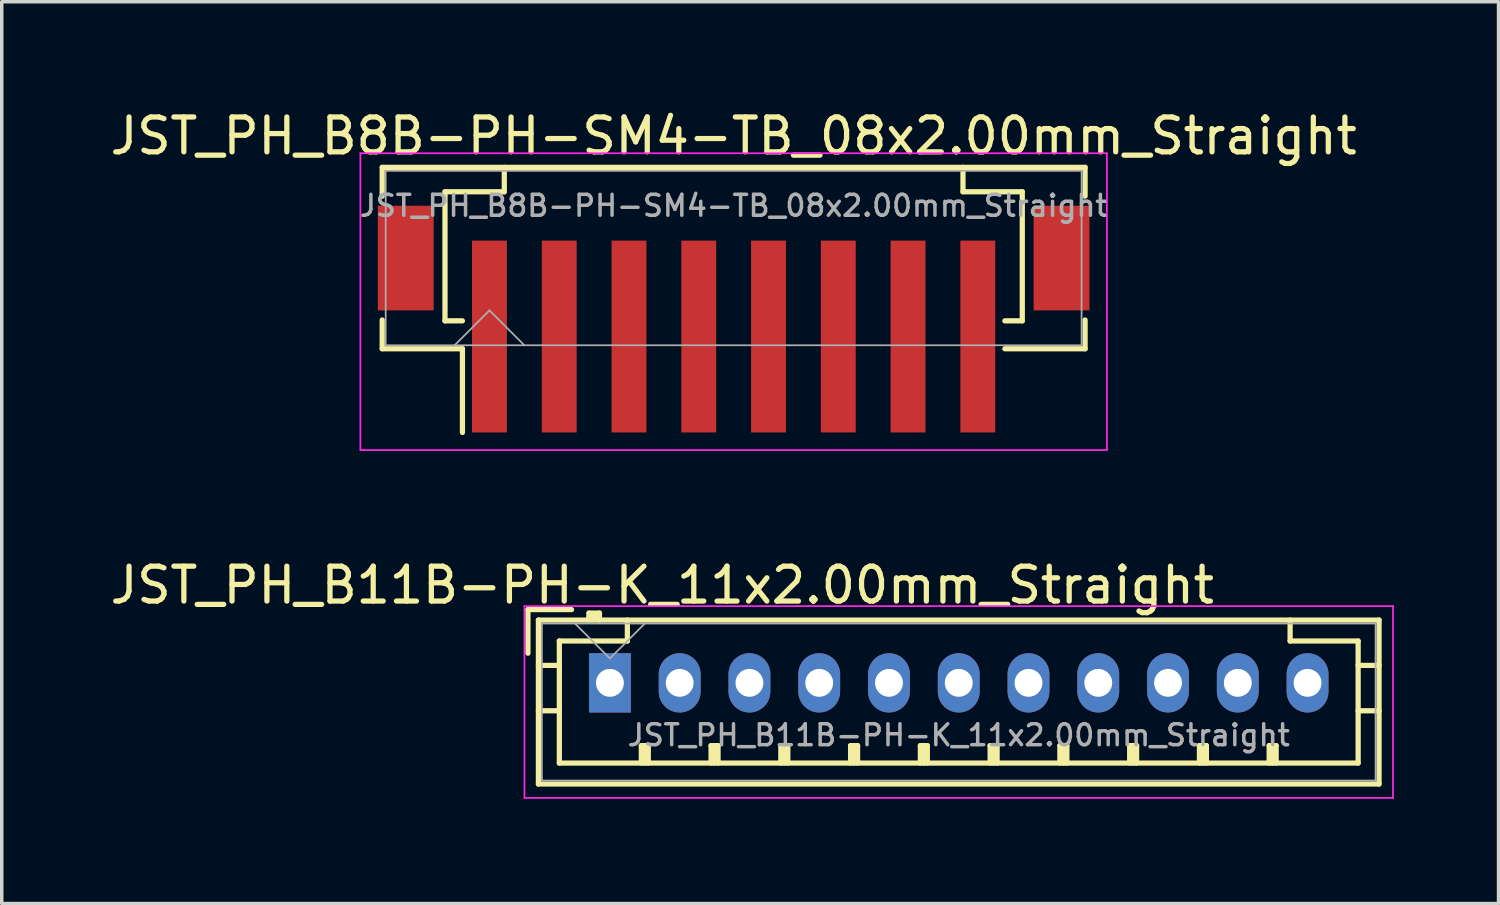
<source format=kicad_pcb>
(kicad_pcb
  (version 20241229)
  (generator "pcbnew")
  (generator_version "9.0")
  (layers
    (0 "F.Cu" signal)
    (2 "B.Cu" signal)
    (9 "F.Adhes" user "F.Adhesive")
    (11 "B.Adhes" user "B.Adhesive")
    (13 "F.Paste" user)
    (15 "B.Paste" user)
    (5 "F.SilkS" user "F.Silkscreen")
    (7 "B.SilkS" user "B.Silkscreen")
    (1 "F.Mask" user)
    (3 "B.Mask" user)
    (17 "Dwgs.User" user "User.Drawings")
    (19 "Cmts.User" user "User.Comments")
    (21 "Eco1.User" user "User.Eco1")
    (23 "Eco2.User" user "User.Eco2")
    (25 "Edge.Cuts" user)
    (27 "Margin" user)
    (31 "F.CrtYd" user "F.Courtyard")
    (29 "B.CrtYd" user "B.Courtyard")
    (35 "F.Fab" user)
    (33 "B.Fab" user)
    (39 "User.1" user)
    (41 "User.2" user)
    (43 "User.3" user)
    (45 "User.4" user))
  (footprint "JST_PH_B11B-PH-K_11x2.00mm_Straight"
    (layer "F.Cu")
    (at 14.435 16.526)
    (property "Reference" "JST_PH_B11B-PH-K_11x2.00mm_Straight" (at 10 1.5 0) (layer "F.Fab") (effects (font (size 0.6 0.6) (thickness 0.1))))
    (attr through_hole)
    (fp_line (start -2.35 -2.1) (end -2.35 -0.85) (stroke (width 0.15) (type solid)) (layer "F.SilkS"))
    (fp_line (start -2.05 -1.8) (end -2.05 2.9) (stroke (width 0.15) (type solid)) (layer "F.SilkS"))
    (fp_line (start -2.05 -0.5) (end -1.45 -0.5) (stroke (width 0.15) (type solid)) (layer "F.SilkS"))
    (fp_line (start -2.05 0.8) (end -1.45 0.8) (stroke (width 0.15) (type solid)) (layer "F.SilkS"))
    (fp_line (start -2.05 2.9) (end 22.05 2.9) (stroke (width 0.15) (type solid)) (layer "F.SilkS"))
    (fp_line (start -1.45 -1.2) (end -1.45 2.3) (stroke (width 0.15) (type solid)) (layer "F.SilkS"))
    (fp_line (start -1.45 2.3) (end 21.45 2.3) (stroke (width 0.15) (type solid)) (layer "F.SilkS"))
    (fp_line (start -1.1 -2.1) (end -2.35 -2.1) (stroke (width 0.15) (type solid)) (layer "F.SilkS"))
    (fp_line (start -0.6 -2) (end -0.6 -1.8) (stroke (width 0.15) (type solid)) (layer "F.SilkS"))
    (fp_line (start -0.3 -2) (end -0.6 -2) (stroke (width 0.15) (type solid)) (layer "F.SilkS"))
    (fp_line (start -0.3 -1.9) (end -0.6 -1.9) (stroke (width 0.15) (type solid)) (layer "F.SilkS"))
    (fp_line (start -0.3 -1.8) (end -0.3 -2) (stroke (width 0.15) (type solid)) (layer "F.SilkS"))
    (fp_line (start 0.5 -1.8) (end 0.5 -1.2) (stroke (width 0.15) (type solid)) (layer "F.SilkS"))
    (fp_line (start 0.5 -1.2) (end -1.45 -1.2) (stroke (width 0.15) (type solid)) (layer "F.SilkS"))
    (fp_line (start 0.9 1.8) (end 1.1 1.8) (stroke (width 0.15) (type solid)) (layer "F.SilkS"))
    (fp_line (start 0.9 2.3) (end 0.9 1.8) (stroke (width 0.15) (type solid)) (layer "F.SilkS"))
    (fp_line (start 1 2.3) (end 1 1.8) (stroke (width 0.15) (type solid)) (layer "F.SilkS"))
    (fp_line (start 1.1 1.8) (end 1.1 2.3) (stroke (width 0.15) (type solid)) (layer "F.SilkS"))
    (fp_line (start 2.9 1.8) (end 3.1 1.8) (stroke (width 0.15) (type solid)) (layer "F.SilkS"))
    (fp_line (start 2.9 2.3) (end 2.9 1.8) (stroke (width 0.15) (type solid)) (layer "F.SilkS"))
    (fp_line (start 3 2.3) (end 3 1.8) (stroke (width 0.15) (type solid)) (layer "F.SilkS"))
    (fp_line (start 3.1 1.8) (end 3.1 2.3) (stroke (width 0.15) (type solid)) (layer "F.SilkS"))
    (fp_line (start 4.9 1.8) (end 5.1 1.8) (stroke (width 0.15) (type solid)) (layer "F.SilkS"))
    (fp_line (start 4.9 2.3) (end 4.9 1.8) (stroke (width 0.15) (type solid)) (layer "F.SilkS"))
    (fp_line (start 5 2.3) (end 5 1.8) (stroke (width 0.15) (type solid)) (layer "F.SilkS"))
    (fp_line (start 5.1 1.8) (end 5.1 2.3) (stroke (width 0.15) (type solid)) (layer "F.SilkS"))
    (fp_line (start 6.9 1.8) (end 7.1 1.8) (stroke (width 0.15) (type solid)) (layer "F.SilkS"))
    (fp_line (start 6.9 2.3) (end 6.9 1.8) (stroke (width 0.15) (type solid)) (layer "F.SilkS"))
    (fp_line (start 7 2.3) (end 7 1.8) (stroke (width 0.15) (type solid)) (layer "F.SilkS"))
    (fp_line (start 7.1 1.8) (end 7.1 2.3) (stroke (width 0.15) (type solid)) (layer "F.SilkS"))
    (fp_line (start 8.9 1.8) (end 9.1 1.8) (stroke (width 0.15) (type solid)) (layer "F.SilkS"))
    (fp_line (start 8.9 2.3) (end 8.9 1.8) (stroke (width 0.15) (type solid)) (layer "F.SilkS"))
    (fp_line (start 9 2.3) (end 9 1.8) (stroke (width 0.15) (type solid)) (layer "F.SilkS"))
    (fp_line (start 9.1 1.8) (end 9.1 2.3) (stroke (width 0.15) (type solid)) (layer "F.SilkS"))
    (fp_line (start 10.9 1.8) (end 11.1 1.8) (stroke (width 0.15) (type solid)) (layer "F.SilkS"))
    (fp_line (start 10.9 2.3) (end 10.9 1.8) (stroke (width 0.15) (type solid)) (layer "F.SilkS"))
    (fp_line (start 11 2.3) (end 11 1.8) (stroke (width 0.15) (type solid)) (layer "F.SilkS"))
    (fp_line (start 11.1 1.8) (end 11.1 2.3) (stroke (width 0.15) (type solid)) (layer "F.SilkS"))
    (fp_line (start 12.9 1.8) (end 13.1 1.8) (stroke (width 0.15) (type solid)) (layer "F.SilkS"))
    (fp_line (start 12.9 2.3) (end 12.9 1.8) (stroke (width 0.15) (type solid)) (layer "F.SilkS"))
    (fp_line (start 13 2.3) (end 13 1.8) (stroke (width 0.15) (type solid)) (layer "F.SilkS"))
    (fp_line (start 13.1 1.8) (end 13.1 2.3) (stroke (width 0.15) (type solid)) (layer "F.SilkS"))
    (fp_line (start 14.9 1.8) (end 15.1 1.8) (stroke (width 0.15) (type solid)) (layer "F.SilkS"))
    (fp_line (start 14.9 2.3) (end 14.9 1.8) (stroke (width 0.15) (type solid)) (layer "F.SilkS"))
    (fp_line (start 15 2.3) (end 15 1.8) (stroke (width 0.15) (type solid)) (layer "F.SilkS"))
    (fp_line (start 15.1 1.8) (end 15.1 2.3) (stroke (width 0.15) (type solid)) (layer "F.SilkS"))
    (fp_line (start 16.9 1.8) (end 17.1 1.8) (stroke (width 0.15) (type solid)) (layer "F.SilkS"))
    (fp_line (start 16.9 2.3) (end 16.9 1.8) (stroke (width 0.15) (type solid)) (layer "F.SilkS"))
    (fp_line (start 17 2.3) (end 17 1.8) (stroke (width 0.15) (type solid)) (layer "F.SilkS"))
    (fp_line (start 17.1 1.8) (end 17.1 2.3) (stroke (width 0.15) (type solid)) (layer "F.SilkS"))
    (fp_line (start 18.9 1.8) (end 19.1 1.8) (stroke (width 0.15) (type solid)) (layer "F.SilkS"))
    (fp_line (start 18.9 2.3) (end 18.9 1.8) (stroke (width 0.15) (type solid)) (layer "F.SilkS"))
    (fp_line (start 19 2.3) (end 19 1.8) (stroke (width 0.15) (type solid)) (layer "F.SilkS"))
    (fp_line (start 19.1 1.8) (end 19.1 2.3) (stroke (width 0.15) (type solid)) (layer "F.SilkS"))
    (fp_line (start 19.5 -1.2) (end 19.5 -1.8) (stroke (width 0.15) (type solid)) (layer "F.SilkS"))
    (fp_line (start 21.45 -1.2) (end 19.5 -1.2) (stroke (width 0.15) (type solid)) (layer "F.SilkS"))
    (fp_line (start 21.45 2.3) (end 21.45 -1.2) (stroke (width 0.15) (type solid)) (layer "F.SilkS"))
    (fp_line (start 22.05 -1.8) (end -2.05 -1.8) (stroke (width 0.15) (type solid)) (layer "F.SilkS"))
    (fp_line (start 22.05 -0.5) (end 21.45 -0.5) (stroke (width 0.15) (type solid)) (layer "F.SilkS"))
    (fp_line (start 22.05 0.8) (end 21.45 0.8) (stroke (width 0.15) (type solid)) (layer "F.SilkS"))
    (fp_line (start 22.05 2.9) (end 22.05 -1.8) (stroke (width 0.15) (type solid)) (layer "F.SilkS"))
    (fp_line (start -2.45 -2.2) (end -2.45 3.3) (stroke (width 0.05) (type solid)) (layer "F.CrtYd"))
    (fp_line (start -2.45 3.3) (end 22.45 3.3) (stroke (width 0.05) (type solid)) (layer "F.CrtYd"))
    (fp_line (start 22.45 -2.2) (end -2.45 -2.2) (stroke (width 0.05) (type solid)) (layer "F.CrtYd"))
    (fp_line (start 22.45 3.3) (end 22.45 -2.2) (stroke (width 0.05) (type solid)) (layer "F.CrtYd"))
    (fp_line (start -1.95 -1.7) (end -1.95 2.8) (stroke (width 0.05) (type solid)) (layer "F.Fab"))
    (fp_line (start -1.95 2.8) (end 21.95 2.8) (stroke (width 0.05) (type solid)) (layer "F.Fab"))
    (fp_line (start -1 -1.7) (end 0 -0.7) (stroke (width 0.05) (type solid)) (layer "F.Fab"))
    (fp_line (start 0 -0.7) (end 1 -1.7) (stroke (width 0.05) (type solid)) (layer "F.Fab"))
    (fp_line (start 21.95 -1.7) (end -1.95 -1.7) (stroke (width 0.05) (type solid)) (layer "F.Fab"))
    (fp_line (start 21.95 2.8) (end 21.95 -1.7) (stroke (width 0.05) (type solid)) (layer "F.Fab"))
    (fp_text user "${REFERENCE}" (at 1.5 -2.8 0) (layer "F.SilkS") (effects (font (size 1 1) (thickness 0.15))))
    (pad "1" thru_hole rect (at 0 0) (size 1.2 1.7) (drill 0.8) (layers "*.Cu" "*.Mask"))
    (pad "2" thru_hole oval (at 2 0) (size 1.2 1.7) (drill 0.8) (layers "*.Cu" "*.Mask"))
    (pad "3" thru_hole oval (at 4 0) (size 1.2 1.7) (drill 0.8) (layers "*.Cu" "*.Mask"))
    (pad "4" thru_hole oval (at 6 0) (size 1.2 1.7) (drill 0.8) (layers "*.Cu" "*.Mask"))
    (pad "5" thru_hole oval (at 8 0) (size 1.2 1.7) (drill 0.8) (layers "*.Cu" "*.Mask"))
    (pad "6" thru_hole oval (at 10 0) (size 1.2 1.7) (drill 0.8) (layers "*.Cu" "*.Mask"))
    (pad "7" thru_hole oval (at 12 0) (size 1.2 1.7) (drill 0.8) (layers "*.Cu" "*.Mask"))
    (pad "8" thru_hole oval (at 14 0) (size 1.2 1.7) (drill 0.8) (layers "*.Cu" "*.Mask"))
    (pad "9" thru_hole oval (at 16 0) (size 1.2 1.7) (drill 0.8) (layers "*.Cu" "*.Mask"))
    (pad "10" thru_hole oval (at 18 0) (size 1.2 1.7) (drill 0.8) (layers "*.Cu" "*.Mask"))
    (pad "11" thru_hole oval (at 20 0) (size 1.2 1.7) (drill 0.8) (layers "*.Cu" "*.Mask")))
  (footprint "JST_PH_B8B-PH-SM4-TB_08x2.00mm_Straight"
    (layer "F.Cu")
    (at 17.982 5.473)
    (property "Reference" "JST_PH_B8B-PH-SM4-TB_08x2.00mm_Straight" (at 0 -2.625 0) (layer "F.Fab") (effects (font (size 0.6 0.6) (thickness 0.1))))
    (attr smd)
    (fp_line (start -10.075 -3.725) (end 10.075 -3.725) (stroke (width 0.15) (type solid)) (layer "F.SilkS"))
    (fp_line (start -10.075 -2.9) (end -10.075 -3.725) (stroke (width 0.15) (type solid)) (layer "F.SilkS"))
    (fp_line (start -10.075 0.65) (end -10.075 1.475) (stroke (width 0.15) (type solid)) (layer "F.SilkS"))
    (fp_line (start -10.075 1.475) (end -7.775 1.475) (stroke (width 0.15) (type solid)) (layer "F.SilkS"))
    (fp_line (start -8.275 -3.025) (end -8.275 0.675) (stroke (width 0.15) (type solid)) (layer "F.SilkS"))
    (fp_line (start -8.275 0.675) (end -7.775 0.675) (stroke (width 0.15) (type solid)) (layer "F.SilkS"))
    (fp_line (start -7.775 1.475) (end -7.775 3.875) (stroke (width 0.15) (type solid)) (layer "F.SilkS"))
    (fp_line (start -6.575 -3.725) (end -6.575 -3.025) (stroke (width 0.15) (type solid)) (layer "F.SilkS"))
    (fp_line (start -6.575 -3.025) (end -8.275 -3.025) (stroke (width 0.15) (type solid)) (layer "F.SilkS"))
    (fp_line (start 6.575 -3.725) (end 6.575 -3.025) (stroke (width 0.15) (type solid)) (layer "F.SilkS"))
    (fp_line (start 6.575 -3.025) (end 8.275 -3.025) (stroke (width 0.15) (type solid)) (layer "F.SilkS"))
    (fp_line (start 8.275 -3.025) (end 8.275 0.675) (stroke (width 0.15) (type solid)) (layer "F.SilkS"))
    (fp_line (start 8.275 0.675) (end 7.775 0.675) (stroke (width 0.15) (type solid)) (layer "F.SilkS"))
    (fp_line (start 10.075 -3.725) (end 10.075 -2.9) (stroke (width 0.15) (type solid)) (layer "F.SilkS"))
    (fp_line (start 10.075 0.65) (end 10.075 1.475) (stroke (width 0.15) (type solid)) (layer "F.SilkS"))
    (fp_line (start 10.075 1.475) (end 7.775 1.475) (stroke (width 0.15) (type solid)) (layer "F.SilkS"))
    (fp_line (start -10.7 -4.13) (end -10.7 4.38) (stroke (width 0.05) (type solid)) (layer "F.CrtYd"))
    (fp_line (start -10.7 4.38) (end 10.7 4.38) (stroke (width 0.05) (type solid)) (layer "F.CrtYd"))
    (fp_line (start 10.7 -4.13) (end -10.7 -4.13) (stroke (width 0.05) (type solid)) (layer "F.CrtYd"))
    (fp_line (start 10.7 4.38) (end 10.7 -4.13) (stroke (width 0.05) (type solid)) (layer "F.CrtYd"))
    (fp_line (start -9.975 -3.625) (end -9.975 1.375) (stroke (width 0.05) (type solid)) (layer "F.Fab"))
    (fp_line (start -9.975 1.375) (end 9.975 1.375) (stroke (width 0.05) (type solid)) (layer "F.Fab"))
    (fp_line (start -8 1.375) (end -7 0.375) (stroke (width 0.05) (type solid)) (layer "F.Fab"))
    (fp_line (start -7 0.375) (end -6 1.375) (stroke (width 0.05) (type solid)) (layer "F.Fab"))
    (fp_line (start 9.975 -3.625) (end -9.975 -3.625) (stroke (width 0.05) (type solid)) (layer "F.Fab"))
    (fp_line (start 9.975 1.375) (end 9.975 -3.625) (stroke (width 0.05) (type solid)) (layer "F.Fab"))
    (fp_text user "${REFERENCE}" (at 0 -4.625 0) (layer "F.SilkS") (effects (font (size 1 1) (thickness 0.15))))
    (pad "" smd rect (at -9.4 -1.125) (size 1.6 3) (layers "F.Cu" "F.Mask" "F.Paste"))
    (pad "" smd rect (at 9.4 -1.125) (size 1.6 3) (layers "F.Cu" "F.Mask" "F.Paste"))
    (pad "1" smd rect (at -7 1.125) (size 1 5.5) (layers "F.Cu" "F.Mask" "F.Paste"))
    (pad "2" smd rect (at -5 1.125) (size 1 5.5) (layers "F.Cu" "F.Mask" "F.Paste"))
    (pad "3" smd rect (at -3 1.125) (size 1 5.5) (layers "F.Cu" "F.Mask" "F.Paste"))
    (pad "4" smd rect (at -1 1.125) (size 1 5.5) (layers "F.Cu" "F.Mask" "F.Paste"))
    (pad "5" smd rect (at 1 1.125) (size 1 5.5) (layers "F.Cu" "F.Mask" "F.Paste"))
    (pad "6" smd rect (at 3 1.125) (size 1 5.5) (layers "F.Cu" "F.Mask" "F.Paste"))
    (pad "7" smd rect (at 5 1.125) (size 1 5.5) (layers "F.Cu" "F.Mask" "F.Paste"))
    (pad "8" smd rect (at 7 1.125) (size 1 5.5) (layers "F.Cu" "F.Mask" "F.Paste")))
  (gr_rect
    (start -3 -3)
    (end 39.91 22.852)
    (stroke (width 0.1) (type default))
    (fill no)
    (layer "Edge.Cuts")))
</source>
